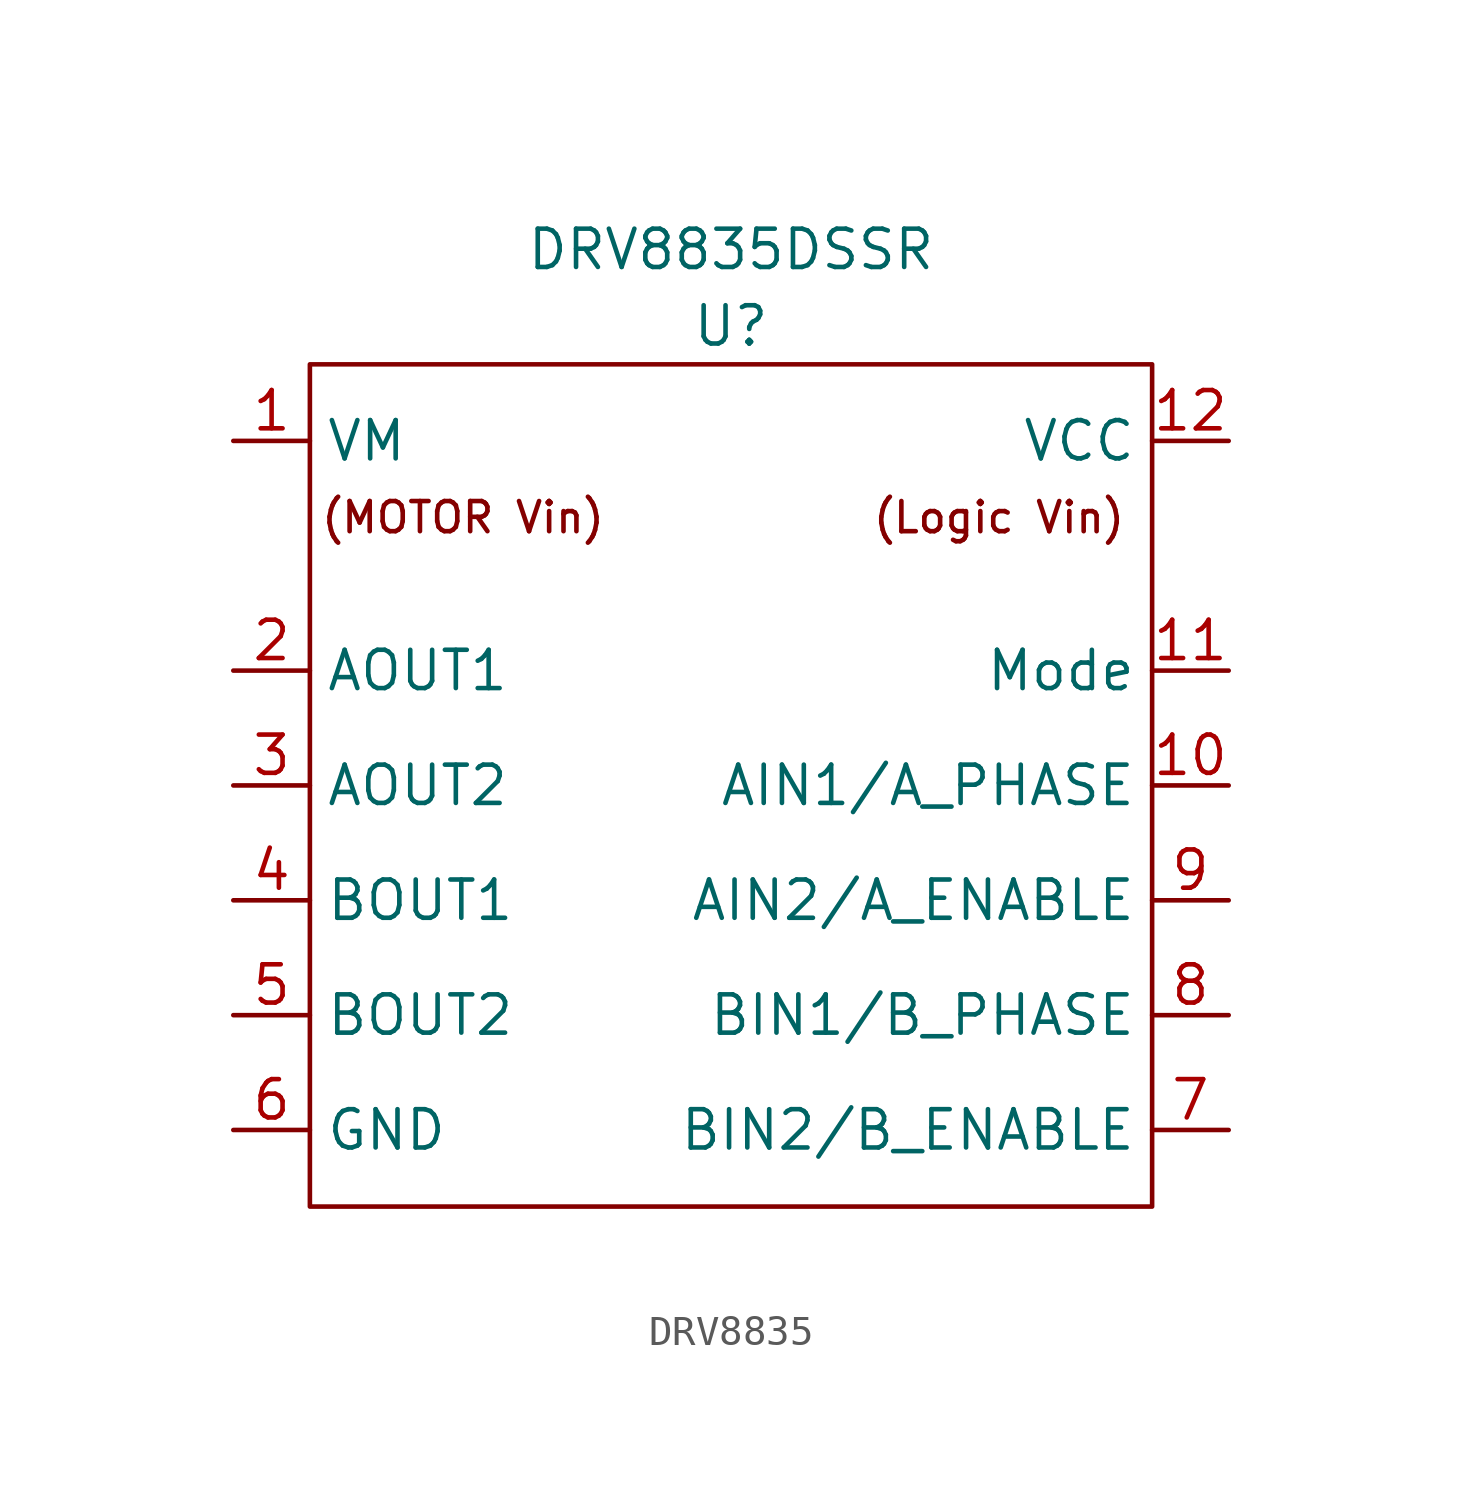
<source format=kicad_sym>
(kicad_symbol_lib
  (version 20220914)
  (generator kicad_symbol_editor)
  (symbol "DRV8835"
    (property "Reference" "U"
      (at 0 -2.54 0)
      (effects (font (size 1.27 1.27))))
    (property "Value" "DRV8835DSSR"
      (at 0 0 0)
      (effects (font (size 1.27 1.27))))
    (symbol "DRV8835_1_1"
      (rectangle (start -13.97 -3.81) (end 13.97 -31.75) (stroke (width 0) (type default)) (fill (type none)))
      (text "(Logic Vin)" (at 8.89 -8.89 0) (effects (font (size 1 1))))
      (text "(MOTOR Vin)" (at -8.89 -8.89 0) (effects (font (size 1 1))))
      (pin power_in line (at -16.51 -6.35 0) (length 2.54) (name "VM" (effects (font (size 1.27 1.27)))) (number "1" (effects (font (size 1.27 1.27)))))
      (pin input line (at 16.51 -17.78 180) (length 2.54) (name "AIN1/A_PHASE" (effects (font (size 1.27 1.27)))) (number "10" (effects (font (size 1.27 1.27)))))
      (pin input line (at 16.51 -13.97 180) (length 2.54) (name "Mode" (effects (font (size 1.27 1.27)))) (number "11" (effects (font (size 1.27 1.27)))))
      (pin power_in line (at 16.51 -6.35 180) (length 2.54) (name "VCC" (effects (font (size 1.27 1.27)))) (number "12" (effects (font (size 1.27 1.27)))))
      (pin output line (at -16.51 -13.97 0) (length 2.54) (name "AOUT1" (effects (font (size 1.27 1.27)))) (number "2" (effects (font (size 1.27 1.27)))))
      (pin output line (at -16.51 -17.78 0) (length 2.54) (name "AOUT2" (effects (font (size 1.27 1.27)))) (number "3" (effects (font (size 1.27 1.27)))))
      (pin output line (at -16.51 -21.59 0) (length 2.54) (name "BOUT1" (effects (font (size 1.27 1.27)))) (number "4" (effects (font (size 1.27 1.27)))))
      (pin output line (at -16.51 -25.4 0) (length 2.54) (name "BOUT2" (effects (font (size 1.27 1.27)))) (number "5" (effects (font (size 1.27 1.27)))))
      (pin power_in line (at -16.51 -29.21 0) (length 2.54) (name "GND" (effects (font (size 1.27 1.27)))) (number "6" (effects (font (size 1.27 1.27)))))
      (pin input line (at 16.51 -29.21 180) (length 2.54) (name "BIN2/B_ENABLE" (effects (font (size 1.27 1.27)))) (number "7" (effects (font (size 1.27 1.27)))))
      (pin input line (at 16.51 -25.4 180) (length 2.54) (name "BIN1/B_PHASE" (effects (font (size 1.27 1.27)))) (number "8" (effects (font (size 1.27 1.27)))))
      (pin input line (at 16.51 -21.59 180) (length 2.54) (name "AIN2/A_ENABLE" (effects (font (size 1.27 1.27)))) (number "9" (effects (font (size 1.27 1.27))))))))
</source>
